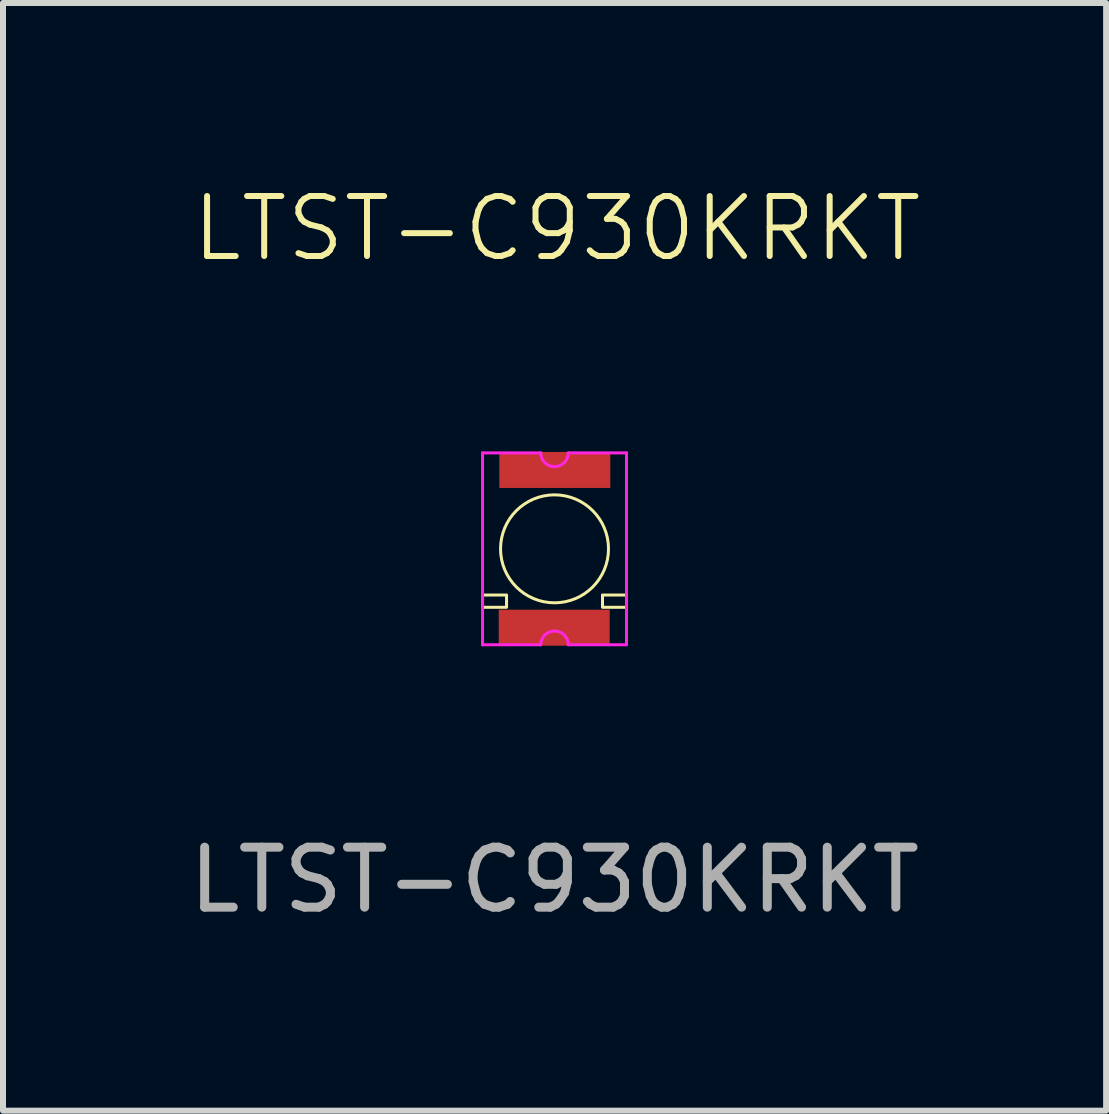
<source format=kicad_pcb>
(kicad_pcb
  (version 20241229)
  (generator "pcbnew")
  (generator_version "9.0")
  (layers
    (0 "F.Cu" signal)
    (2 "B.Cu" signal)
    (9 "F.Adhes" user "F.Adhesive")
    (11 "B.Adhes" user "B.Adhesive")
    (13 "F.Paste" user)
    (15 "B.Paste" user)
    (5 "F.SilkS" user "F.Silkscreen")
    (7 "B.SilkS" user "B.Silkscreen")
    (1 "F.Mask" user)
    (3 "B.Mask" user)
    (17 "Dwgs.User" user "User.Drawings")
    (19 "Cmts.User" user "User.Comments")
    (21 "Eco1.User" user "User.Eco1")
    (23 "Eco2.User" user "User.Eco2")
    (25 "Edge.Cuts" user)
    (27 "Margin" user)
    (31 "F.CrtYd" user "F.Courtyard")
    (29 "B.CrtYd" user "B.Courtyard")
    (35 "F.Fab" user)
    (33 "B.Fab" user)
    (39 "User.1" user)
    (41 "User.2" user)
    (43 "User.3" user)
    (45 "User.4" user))
  (footprint "LTST-C930KRKT"
    (layer "F.Cu")
    (at 6.196 6.101)
    (property "Reference" "LTST-C930KRKT" (at 0.04 -5.34 0) (unlocked yes) (layer "F.SilkS") (effects (font (size 1 1) (thickness 0.1))))
    (attr smd)
    (fp_rect (start -1.2 0.77) (end -0.8 0.975) (stroke (width 0.05) (type default)) (fill no) (layer "F.SilkS"))
    (fp_rect (start 1.2 0.77) (end 0.8 0.975) (stroke (width 0.05) (type default)) (fill no) (layer "F.SilkS"))
    (fp_circle (center 0 0) (end 0.9 0) (stroke (width 0.05) (type default)) (fill no) (layer "F.SilkS"))
    (fp_line (start -1.2 -1.6) (end -1.2 1.6) (stroke (width 0.05) (type default)) (layer "F.CrtYd"))
    (fp_line (start -1.2 -1.6) (end -0.23 -1.6) (stroke (width 0.05) (type default)) (layer "F.CrtYd"))
    (fp_line (start -0.23 1.6) (end -1.2 1.6) (stroke (width 0.05) (type default)) (layer "F.CrtYd"))
    (fp_line (start 0.23 -1.6) (end 1.2 -1.6) (stroke (width 0.05) (type default)) (layer "F.CrtYd"))
    (fp_line (start 1.2 1.6) (end 0.23 1.6) (stroke (width 0.05) (type default)) (layer "F.CrtYd"))
    (fp_line (start 1.2 1.6) (end 1.2 -1.6) (stroke (width 0.05) (type default)) (layer "F.CrtYd"))
    (fp_arc (start -0.230217 1.6) (mid 0 1.369783) (end 0.230217 1.6) (stroke (width 0.05) (type default)) (layer "F.CrtYd"))
    (fp_arc (start 0.230217 -1.6) (mid 0 -1.369783) (end -0.230217 -1.6) (stroke (width 0.05) (type default)) (layer "F.CrtYd"))
    (fp_text user "${REFERENCE}" (at 0 5.52 0) (unlocked yes) (layer "F.Fab") (effects (font (size 1 1) (thickness 0.15))))
    (pad "1" smd rect (at -0.005 1.315 180) (size 1.85 0.6) (layers "F.Cu" "F.Mask" "F.Paste"))
    (pad "2" smd rect (at 0.005 -1.315) (size 1.85 0.6) (layers "F.Cu" "F.Mask" "F.Paste")))
  (gr_rect
    (start -3 -3)
    (end 15.393 15.469)
    (stroke (width 0.1) (type default))
    (fill no)
    (layer "Edge.Cuts")))
</source>
